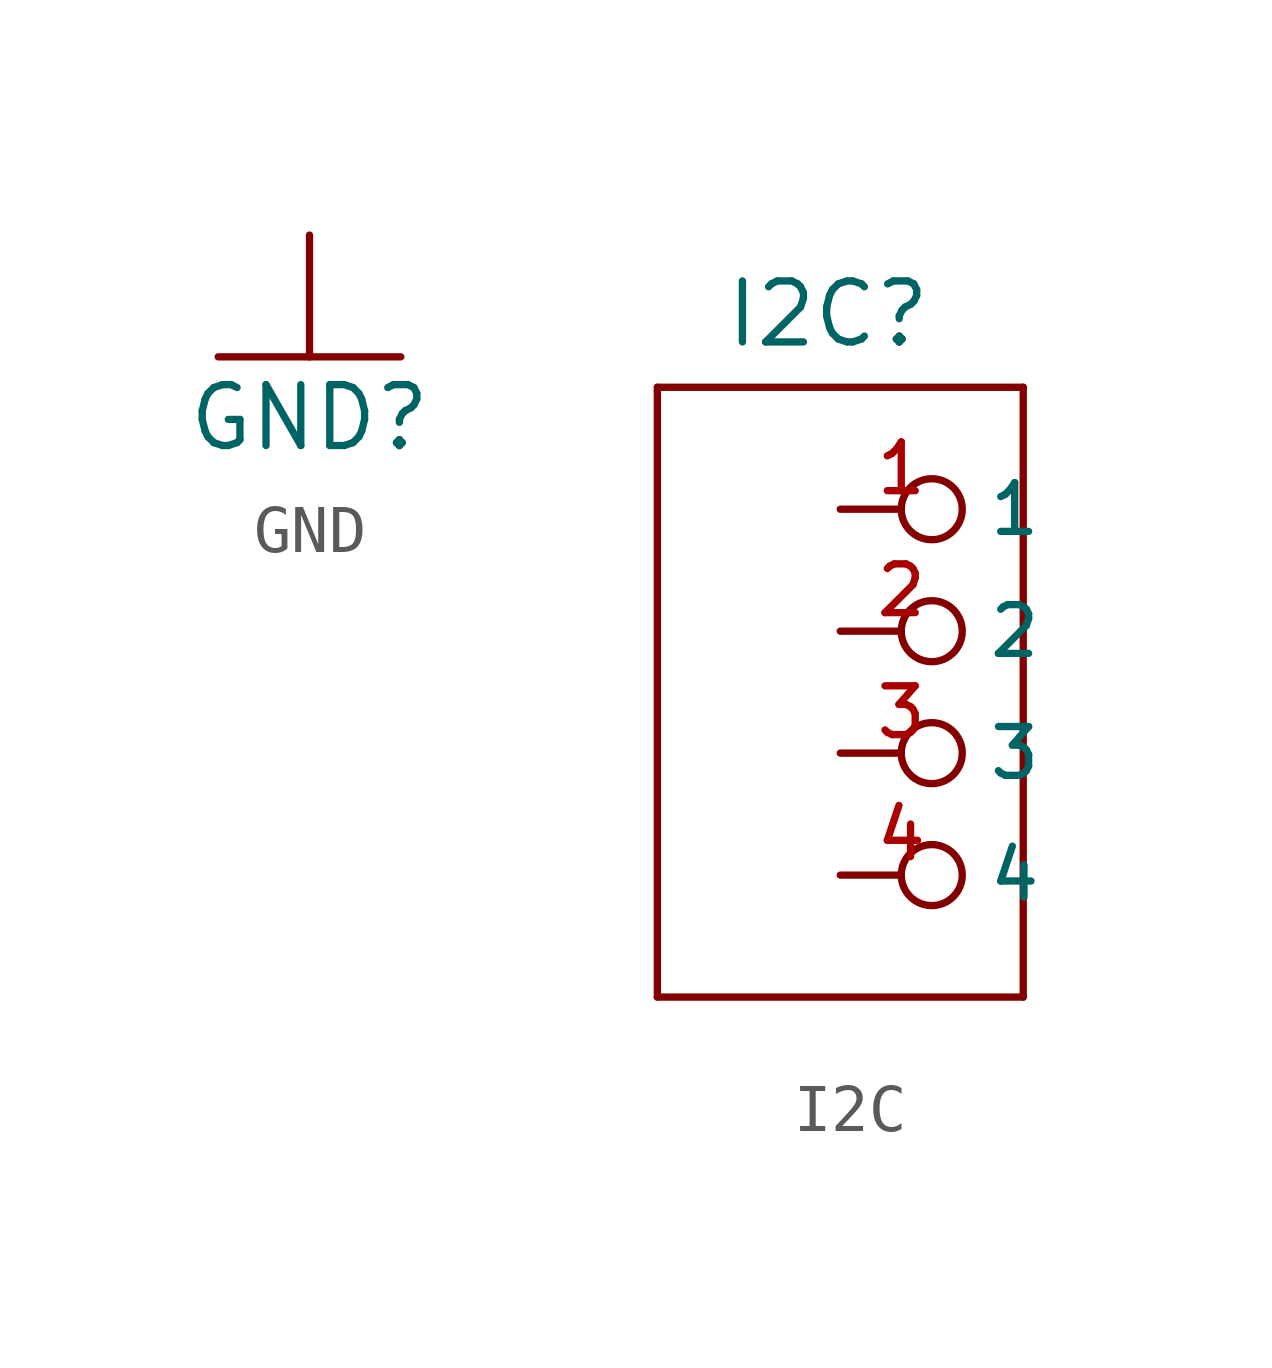
<source format=kicad_sym>
(kicad_symbol_lib
  (version 20231120)
  (generator "kicad_symbol_editor")
  (generator_version "8.0")
  (symbol "GND"
    (power)
    (property "Reference" "GND"
      (at 0 -1.27 0)
      (effects (font (size 1.27 1.27))))
    (property "Value" ""
      (at 0 0 0)
      (effects (font (size 1.27 1.27))))
    (symbol "GND_1_0"
      (polyline (pts (xy -1.905 0) (xy 1.905 0)) (stroke (width 0) (type solid)) (fill (type none)))
      (polyline (pts (xy 0 2.54) (xy 0 0)) (stroke (width 0) (type solid)) (fill (type none))))
    (symbol "GND_1_1"
      (pin power_in line (at 0 2.54 270) (length 2.54) hide (name "" (effects (font (size 1.016 1.016)))) (number "~" (effects (font (size 1.016 1.016)))))))
  (symbol "I2C"
    (property "Reference" "I2C"
      (at -0.254 2.794 0)
      (effects (font (size 1.27 1.27))))
    (property "Value" ""
      (at 0 0 0)
      (effects (font (size 1.27 1.27))))
    (symbol "I2C_1_0"
      (polyline (pts (xy -3.81 -11.43) (xy 3.81 -11.43)) (stroke (width 0) (type solid)) (fill (type none)))
      (polyline (pts (xy -3.81 1.27) (xy -3.81 -11.43)) (stroke (width 0) (type solid)) (fill (type none)))
      (polyline (pts (xy 3.81 -11.43) (xy 3.81 1.27)) (stroke (width 0) (type solid)) (fill (type none)))
      (polyline (pts (xy 3.81 1.27) (xy -3.81 1.27)) (stroke (width 0) (type solid)) (fill (type none))))
    (symbol "I2C_1_1"
      (pin passive inverted (at 0 -1.27 0) (length 2.54) (name "1" (effects (font (size 1.016 1.016)))) (number "1" (effects (font (size 1.016 1.016)))))
      (pin passive inverted (at 0 -3.81 0) (length 2.54) (name "2" (effects (font (size 1.016 1.016)))) (number "2" (effects (font (size 1.016 1.016)))))
      (pin passive inverted (at 0 -6.35 0) (length 2.54) (name "3" (effects (font (size 1.016 1.016)))) (number "3" (effects (font (size 1.016 1.016)))))
      (pin passive inverted (at 0 -8.89 0) (length 2.54) (name "4" (effects (font (size 1.016 1.016)))) (number "4" (effects (font (size 1.016 1.016))))))))
</source>
